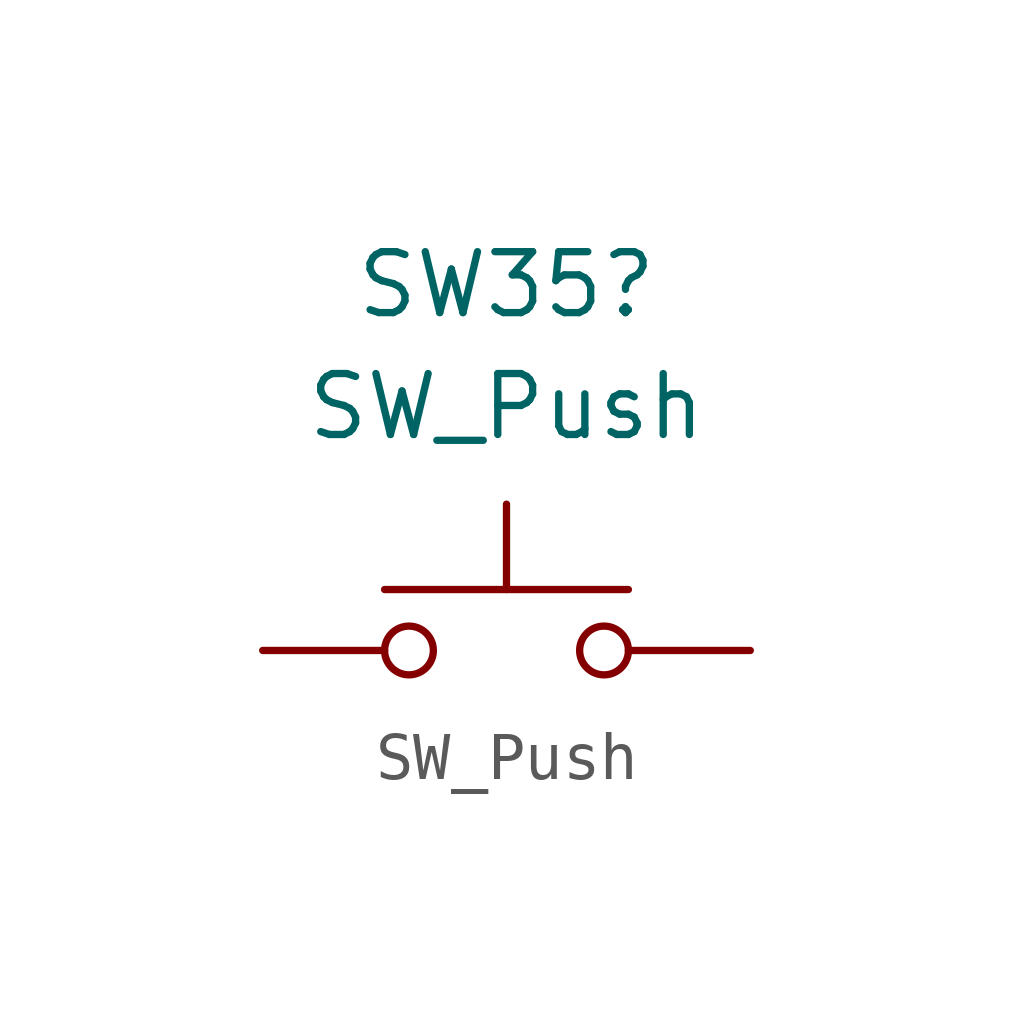
<source format=kicad_sym>
(kicad_symbol_lib
  (version 20220914)
  (generator kicad_symbol_editor)
  (symbol "SW_Push"
    (pin_numbers hide)
    (pin_names
      (offset 1.016) hide)
    (property "Reference" "SW35"
      (at 0 7.62 0)
      (effects (font (size 1.27 1.27))))
    (property "Value" "SW_Push"
      (at 0 5.08 0)
      (effects (font (size 1.27 1.27))))
    (symbol "SW_Push_0_1"
      (circle (center -2.032 0) (radius 0.508) (stroke (width 0) (type default)) (fill (type none)))
      (polyline (pts (xy 0 1.27) (xy 0 3.048)) (stroke (width 0) (type default)) (fill (type none)))
      (polyline (pts (xy 2.54 1.27) (xy -2.54 1.27)) (stroke (width 0) (type default)) (fill (type none)))
      (circle (center 2.032 0) (radius 0.508) (stroke (width 0) (type default)) (fill (type none)))
      (pin passive line (at -5.08 0 0) (length 2.54) (name "1" (effects (font (size 1.27 1.27)))) (number "1" (effects (font (size 1.27 1.27)))))
      (pin passive line (at 5.08 0 180) (length 2.54) (name "2" (effects (font (size 1.27 1.27)))) (number "2" (effects (font (size 1.27 1.27))))))))
</source>
